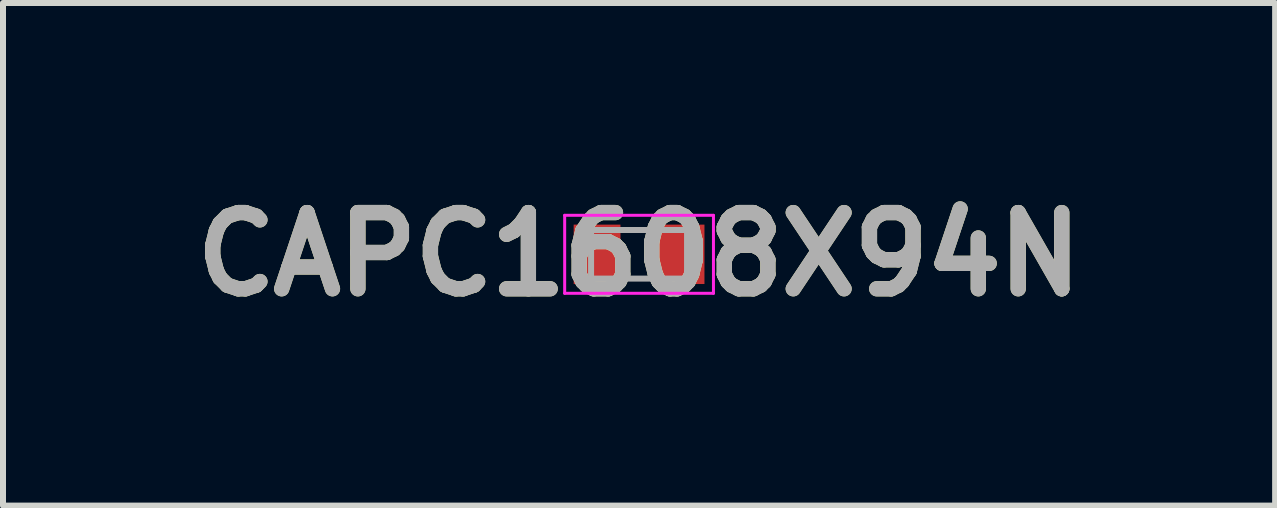
<source format=kicad_pcb>
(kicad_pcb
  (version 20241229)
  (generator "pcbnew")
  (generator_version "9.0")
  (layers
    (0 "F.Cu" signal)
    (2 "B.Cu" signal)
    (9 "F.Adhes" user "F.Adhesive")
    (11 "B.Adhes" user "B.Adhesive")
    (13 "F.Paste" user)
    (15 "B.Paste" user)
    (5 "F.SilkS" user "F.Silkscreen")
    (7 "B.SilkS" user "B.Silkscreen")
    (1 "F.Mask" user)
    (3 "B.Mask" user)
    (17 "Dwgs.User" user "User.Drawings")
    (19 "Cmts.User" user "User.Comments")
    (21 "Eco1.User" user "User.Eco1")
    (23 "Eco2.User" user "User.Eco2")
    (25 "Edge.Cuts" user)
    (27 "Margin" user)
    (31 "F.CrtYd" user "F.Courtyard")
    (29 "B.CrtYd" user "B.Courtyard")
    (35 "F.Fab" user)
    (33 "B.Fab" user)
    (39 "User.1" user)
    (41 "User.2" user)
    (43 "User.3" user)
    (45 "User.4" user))
  (footprint "CAPC1608X94N"
    (layer "F.Cu")
    (at 7.602 1.189)
    (property "Reference" "CAPC1608X94N" (at 0 0 0) (layer "F.SilkS") (effects (font (size 1.27 1.27) (thickness 0.254))))
    (attr smd)
    (fp_line (start -1.24 -0.65) (end 1.24 -0.65) (stroke (width 0.05) (type solid)) (layer "F.CrtYd"))
    (fp_line (start -1.24 0.65) (end -1.24 -0.65) (stroke (width 0.05) (type solid)) (layer "F.CrtYd"))
    (fp_line (start 1.24 -0.65) (end 1.24 0.65) (stroke (width 0.05) (type solid)) (layer "F.CrtYd"))
    (fp_line (start 1.24 0.65) (end -1.24 0.65) (stroke (width 0.05) (type solid)) (layer "F.CrtYd"))
    (fp_line (start -0.8 -0.405) (end 0.8 -0.405) (stroke (width 0.1) (type solid)) (layer "F.Fab"))
    (fp_line (start -0.8 0.405) (end -0.8 -0.405) (stroke (width 0.1) (type solid)) (layer "F.Fab"))
    (fp_line (start 0.8 -0.405) (end 0.8 0.405) (stroke (width 0.1) (type solid)) (layer "F.Fab"))
    (fp_line (start 0.8 0.405) (end -0.8 0.405) (stroke (width 0.1) (type solid)) (layer "F.Fab"))
    (fp_text user "${REFERENCE}" (at 0 0 0) (layer "F.Fab") (effects (font (size 1.27 1.27) (thickness 0.254))))
    (pad "1" smd rect (at -0.7 0) (size 0.78 0.99) (layers "F.Cu" "F.Mask" "F.Paste"))
    (pad "2" smd rect (at 0.7 0) (size 0.78 0.99) (layers "F.Cu" "F.Mask" "F.Paste")))
  (gr_rect
    (start -3 -3)
    (end 18.204 5.377)
    (stroke (width 0.1) (type default))
    (fill no)
    (layer "Edge.Cuts")))
</source>
